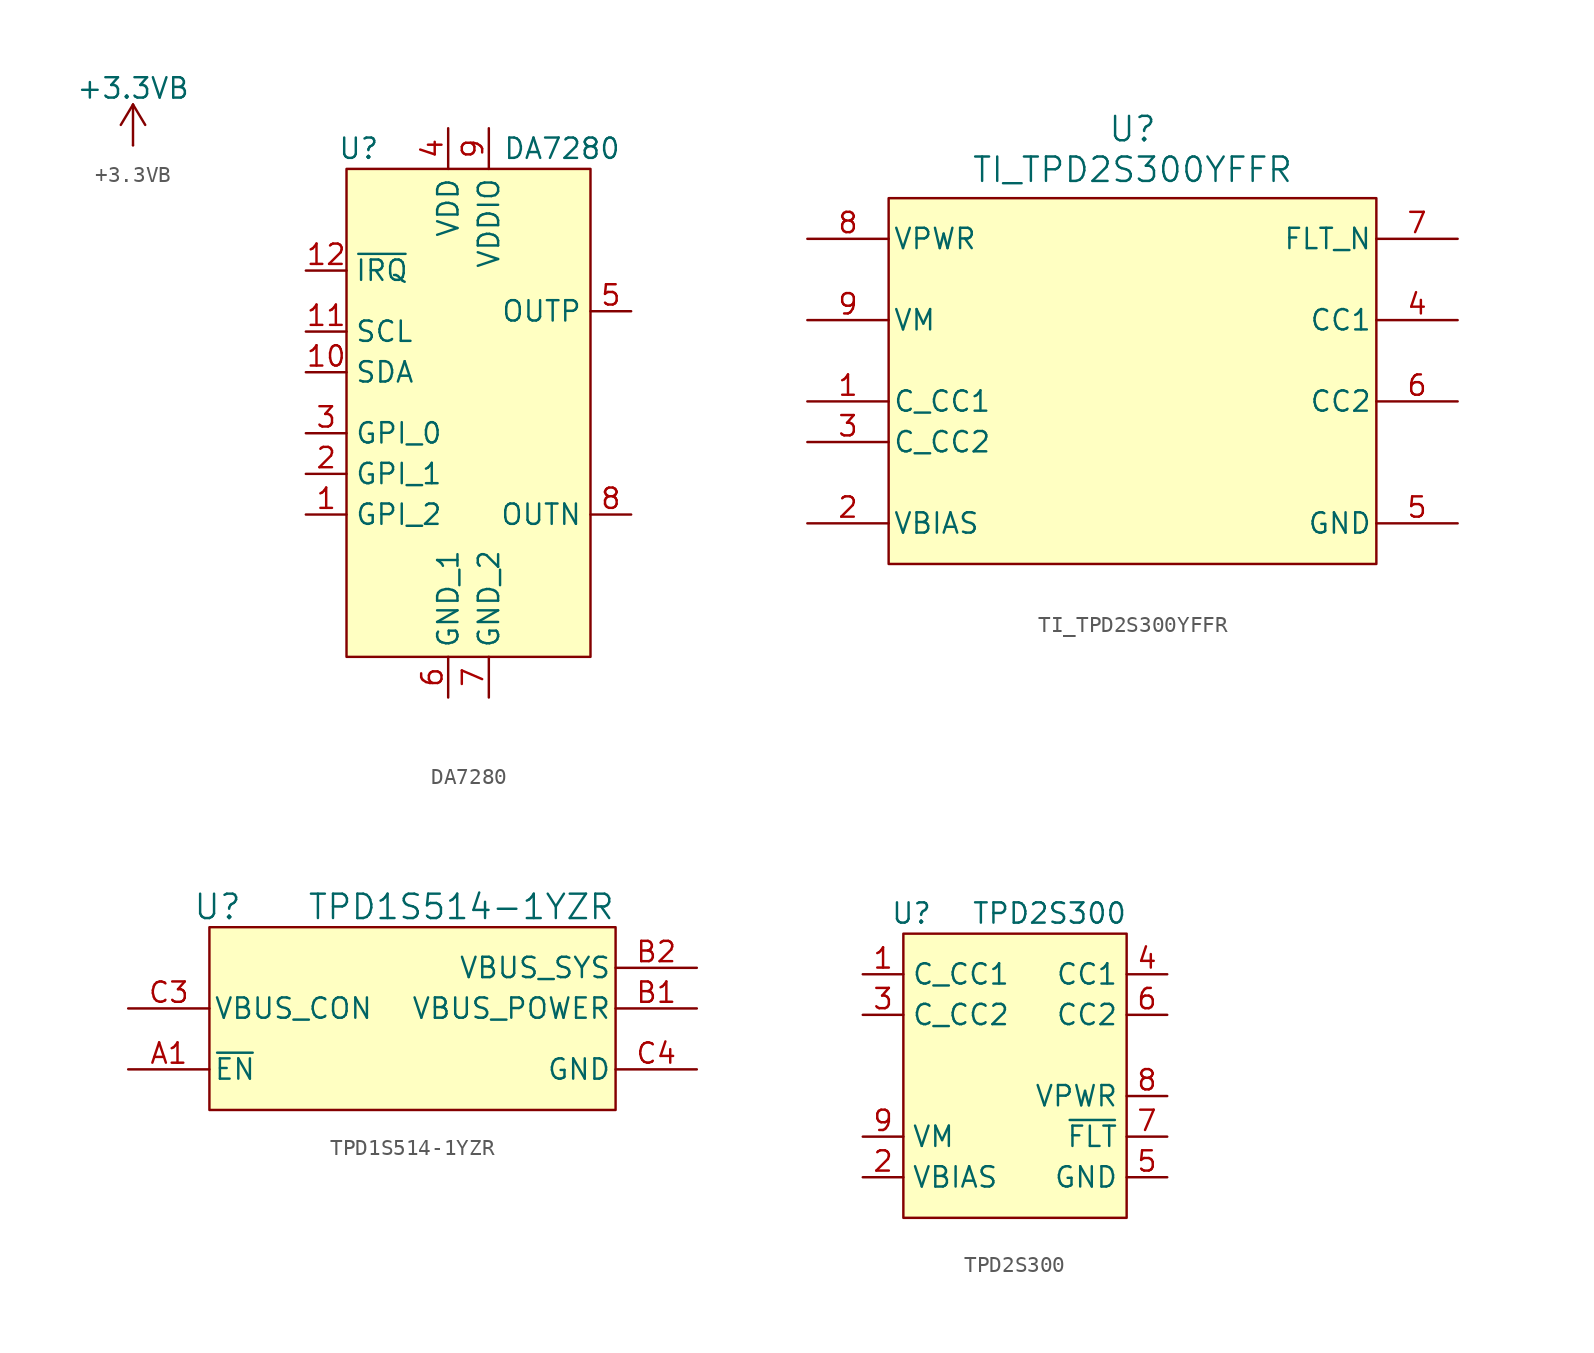
<source format=kicad_sym>
(kicad_symbol_lib
  (version 20231120)
  (generator "kicad_symbol_editor")
  (generator_version "8.0")
  (symbol "+3.3VB"
    (power)
    (pin_numbers hide)
    (pin_names
      (offset 0) hide)
    (property "Reference" "#PWR"
      (at 3.81 -1.27 0)
      (effects (font (size 1.27 1.27)) (hide yes)))
    (property "Value" "+3.3VB"
      (at 0 3.556 0)
      (effects (font (size 1.27 1.27))))
    (symbol "+3.3VB_0_0"
      (pin power_in line (at 0 0 90) (length 0) (name "~" (effects (font (size 1.27 1.27)))) (number "1" (effects (font (size 1.27 1.27))))))
    (symbol "+3.3VB_0_1"
      (polyline (pts (xy -0.762 1.27) (xy 0 2.54)) (stroke (width 0) (type default)) (fill (type none)))
      (polyline (pts (xy 0 0) (xy 0 2.54)) (stroke (width 0) (type default)) (fill (type none)))
      (polyline (pts (xy 0 2.54) (xy 0.762 1.27)) (stroke (width 0) (type default)) (fill (type none)))))
  (symbol "DA7280"
    (property "Reference" "U"
      (at -6.858 15.24 0)
      (effects (font (size 1.27 1.27))))
    (property "Value" "DA7280"
      (at 5.842 15.24 0)
      (effects (font (size 1.27 1.27))))
    (symbol "DA7280_1_1"
      (rectangle (start -7.62 13.97) (end 7.62 -16.51) (stroke (width 0) (type default)) (fill (type background)))
      (pin input line (at -10.16 -7.62 0) (length 2.54) (name "GPI_2" (effects (font (size 1.27 1.27)))) (number "1" (effects (font (size 1.27 1.27)))))
      (pin bidirectional line (at -10.16 1.27 0) (length 2.54) (name "SDA" (effects (font (size 1.27 1.27)))) (number "10" (effects (font (size 1.27 1.27)))))
      (pin input line (at -10.16 3.81 0) (length 2.54) (name "SCL" (effects (font (size 1.27 1.27)))) (number "11" (effects (font (size 1.27 1.27)))))
      (pin output line (at -10.16 7.62 0) (length 2.54) (name "~{IRQ}" (effects (font (size 1.27 1.27)))) (number "12" (effects (font (size 1.27 1.27)))))
      (pin input line (at -10.16 -5.08 0) (length 2.54) (name "GPI_1" (effects (font (size 1.27 1.27)))) (number "2" (effects (font (size 1.27 1.27)))))
      (pin input line (at -10.16 -2.54 0) (length 2.54) (name "GPI_0" (effects (font (size 1.27 1.27)))) (number "3" (effects (font (size 1.27 1.27)))))
      (pin power_in line (at -1.27 16.51 270) (length 2.54) (name "VDD" (effects (font (size 1.27 1.27)))) (number "4" (effects (font (size 1.27 1.27)))))
      (pin output line (at 10.16 5.08 180) (length 2.54) (name "OUTP" (effects (font (size 1.27 1.27)))) (number "5" (effects (font (size 1.27 1.27)))))
      (pin power_out line (at -1.27 -19.05 90) (length 2.54) (name "GND_1" (effects (font (size 1.27 1.27)))) (number "6" (effects (font (size 1.27 1.27)))))
      (pin power_out line (at 1.27 -19.05 90) (length 2.54) (name "GND_2" (effects (font (size 1.27 1.27)))) (number "7" (effects (font (size 1.27 1.27)))))
      (pin output line (at 10.16 -7.62 180) (length 2.54) (name "OUTN" (effects (font (size 1.27 1.27)))) (number "8" (effects (font (size 1.27 1.27)))))
      (pin power_in line (at 1.27 16.51 270) (length 2.54) (name "VDDIO" (effects (font (size 1.27 1.27)))) (number "9" (effects (font (size 1.27 1.27)))))))
  (symbol "TI_TPD2S300YFFR"
    (pin_names
      (offset 0.254))
    (property "Reference" "U"
      (at 0 14.478 0)
      (effects (font (size 1.524 1.524))))
    (property "Value" "TI_TPD2S300YFFR"
      (at 0 11.938 0)
      (effects (font (size 1.524 1.524))))
    (property "ki_locked" ""
      (at 0 0 0)
      (effects (font (size 1.27 1.27))))
    (symbol "TI_TPD2S300YFFR_0_1"
      (pin unspecified line (at -20.32 -2.54 0) (length 5.08) (name "C_CC1" (effects (font (size 1.27 1.27)))) (number "1" (effects (font (size 1.27 1.27)))))
      (pin power_in line (at -20.32 -10.16 0) (length 5.08) (name "VBIAS" (effects (font (size 1.27 1.27)))) (number "2" (effects (font (size 1.27 1.27)))))
      (pin unspecified line (at -20.32 -5.08 0) (length 5.08) (name "C_CC2" (effects (font (size 1.27 1.27)))) (number "3" (effects (font (size 1.27 1.27)))))
      (pin unspecified line (at 20.32 2.54 180) (length 5.08) (name "CC1" (effects (font (size 1.27 1.27)))) (number "4" (effects (font (size 1.27 1.27)))))
      (pin power_in line (at 20.32 -10.16 180) (length 5.08) (name "GND" (effects (font (size 1.27 1.27)))) (number "5" (effects (font (size 1.27 1.27)))))
      (pin unspecified line (at 20.32 -2.54 180) (length 5.08) (name "CC2" (effects (font (size 1.27 1.27)))) (number "6" (effects (font (size 1.27 1.27)))))
      (pin open_collector line (at 20.32 7.62 180) (length 5.08) (name "FLT_N" (effects (font (size 1.27 1.27)))) (number "7" (effects (font (size 1.27 1.27)))))
      (pin power_in line (at -20.32 7.62 0) (length 5.08) (name "VPWR" (effects (font (size 1.27 1.27)))) (number "8" (effects (font (size 1.27 1.27)))))
      (pin input line (at -20.32 2.54 0) (length 5.08) (name "VM" (effects (font (size 1.27 1.27)))) (number "9" (effects (font (size 1.27 1.27))))))
    (symbol "TI_TPD2S300YFFR_1_1"
      (rectangle (start -15.24 10.16) (end 15.24 -12.7) (stroke (width 0) (type default)) (fill (type background)))))
  (symbol "TPD1S514-1YZR"
    (pin_names
      (offset 0.254))
    (property "Reference" "U"
      (at -4.572 -2.54 0)
      (effects (font (size 1.524 1.524))))
    (property "Value" "TPD1S514-1YZR"
      (at 10.668 -2.54 0)
      (effects (font (size 1.524 1.524))))
    (property "ki_locked" ""
      (at 0 0 0)
      (effects (font (size 1.27 1.27))))
    (symbol "TPD1S514-1YZR_0_1"
      (pin passive line (at 25.4 -6.35 180) (length 5.08) hide (name "VBUS_SYS" (effects (font (size 1.27 1.27)))) (number "A2" (effects (font (size 1.27 1.27)))))
      (pin passive line (at 25.4 -6.35 180) (length 5.08) hide (name "VBUS_SYS" (effects (font (size 1.27 1.27)))) (number "A3" (effects (font (size 1.27 1.27)))))
      (pin passive line (at 25.4 -12.7 180) (length 5.08) hide (name "GND" (effects (font (size 1.27 1.27)))) (number "A4" (effects (font (size 1.27 1.27)))))
      (pin output line (at 25.4 -8.89 180) (length 5.08) (name "VBUS_POWER" (effects (font (size 1.27 1.27)))) (number "B1" (effects (font (size 1.27 1.27)))))
      (pin bidirectional line (at 25.4 -6.35 180) (length 5.08) (name "VBUS_SYS" (effects (font (size 1.27 1.27)))) (number "B2" (effects (font (size 1.27 1.27)))))
      (pin passive line (at -10.16 -8.89 0) (length 5.08) hide (name "VBUS_CON" (effects (font (size 1.27 1.27)))) (number "B3" (effects (font (size 1.27 1.27)))))
      (pin passive line (at 25.4 -12.7 180) (length 5.08) hide (name "GND" (effects (font (size 1.27 1.27)))) (number "B4" (effects (font (size 1.27 1.27)))))
      (pin passive line (at 25.4 -12.7 180) (length 5.08) hide (name "GND" (effects (font (size 1.27 1.27)))) (number "C1" (effects (font (size 1.27 1.27)))))
      (pin passive line (at -10.16 -8.89 0) (length 5.08) hide (name "VBUS_CON" (effects (font (size 1.27 1.27)))) (number "C2" (effects (font (size 1.27 1.27)))))
      (pin bidirectional line (at -10.16 -8.89 0) (length 5.08) (name "VBUS_CON" (effects (font (size 1.27 1.27)))) (number "C3" (effects (font (size 1.27 1.27)))))
      (pin power_in line (at 25.4 -12.7 180) (length 5.08) (name "GND" (effects (font (size 1.27 1.27)))) (number "C4" (effects (font (size 1.27 1.27))))))
    (symbol "TPD1S514-1YZR_1_1"
      (rectangle (start -5.08 -3.81) (end 20.32 -15.24) (stroke (width 0) (type default)) (fill (type background)))
      (pin input line (at -10.16 -12.7 0) (length 5.08) (name "~{EN}" (effects (font (size 1.27 1.27)))) (number "A1" (effects (font (size 1.27 1.27)))))))
  (symbol "TPD2S300"
    (property "Reference" "U"
      (at -14.732 20.32 0)
      (effects (font (size 1.27 1.27))))
    (property "Value" "TPD2S300"
      (at -6.096 20.32 0)
      (effects (font (size 1.27 1.27))))
    (symbol "TPD2S300_0_1"
      (rectangle (start -15.24 19.05) (end -1.27 1.27) (stroke (width 0) (type default)) (fill (type background))))
    (symbol "TPD2S300_1_1"
      (pin input line (at -17.78 16.51 0) (length 2.54) (name "C_CC1" (effects (font (size 1.27 1.27)))) (number "1" (effects (font (size 1.27 1.27)))))
      (pin power_in line (at -17.78 3.81 0) (length 2.54) (name "VBIAS" (effects (font (size 1.27 1.27)))) (number "2" (effects (font (size 1.27 1.27)))))
      (pin input line (at -17.78 13.97 0) (length 2.54) (name "C_CC2" (effects (font (size 1.27 1.27)))) (number "3" (effects (font (size 1.27 1.27)))))
      (pin output line (at 1.27 16.51 180) (length 2.54) (name "CC1" (effects (font (size 1.27 1.27)))) (number "4" (effects (font (size 1.27 1.27)))))
      (pin power_in line (at 1.27 3.81 180) (length 2.54) (name "GND" (effects (font (size 1.27 1.27)))) (number "5" (effects (font (size 1.27 1.27)))))
      (pin output line (at 1.27 13.97 180) (length 2.54) (name "CC2" (effects (font (size 1.27 1.27)))) (number "6" (effects (font (size 1.27 1.27)))))
      (pin open_collector line (at 1.27 6.35 180) (length 2.54) (name "~{FLT}" (effects (font (size 1.27 1.27)))) (number "7" (effects (font (size 1.27 1.27)))))
      (pin power_in line (at 1.27 8.89 180) (length 2.54) (name "VPWR" (effects (font (size 1.27 1.27)))) (number "8" (effects (font (size 1.27 1.27)))))
      (pin input line (at -17.78 6.35 0) (length 2.54) (name "VM" (effects (font (size 1.27 1.27)))) (number "9" (effects (font (size 1.27 1.27))))))))
</source>
